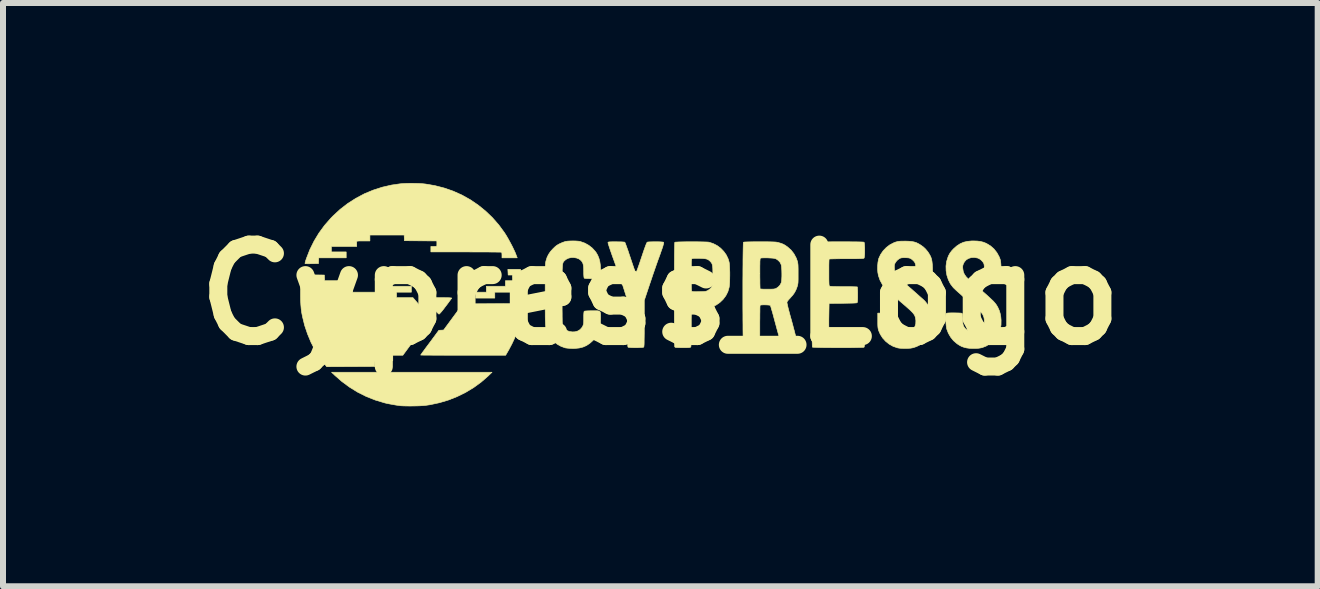
<source format=kicad_pcb>
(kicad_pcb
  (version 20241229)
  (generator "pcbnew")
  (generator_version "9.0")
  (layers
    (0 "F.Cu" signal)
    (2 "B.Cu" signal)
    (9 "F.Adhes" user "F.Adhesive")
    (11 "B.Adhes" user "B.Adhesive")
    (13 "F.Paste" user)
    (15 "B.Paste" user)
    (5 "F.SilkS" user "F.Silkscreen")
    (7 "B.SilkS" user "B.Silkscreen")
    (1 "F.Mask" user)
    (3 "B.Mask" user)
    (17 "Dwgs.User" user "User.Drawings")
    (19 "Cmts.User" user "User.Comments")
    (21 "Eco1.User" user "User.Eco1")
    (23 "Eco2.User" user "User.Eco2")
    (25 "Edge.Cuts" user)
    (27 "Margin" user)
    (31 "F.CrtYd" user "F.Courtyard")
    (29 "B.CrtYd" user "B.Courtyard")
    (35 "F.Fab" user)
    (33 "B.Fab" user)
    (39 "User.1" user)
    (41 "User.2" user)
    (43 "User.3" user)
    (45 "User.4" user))
  (footprint "Cypress_Logo"
    (layer "F.Cu")
    (at 7.954 1.861)
    (property "Reference" "Cypress_Logo" (at 0 0 0) (layer "F.SilkS") (effects (font (size 1.524 1.524) (thickness 0.3))))
    (attr through_hole)
    (fp_poly (pts (xy -2.322 -0.386) (xy -2.31 -0.319) (xy -2.299 -0.244) (xy -2.291 -0.169) (xy -2.287 -0.126) (xy -2.282 -0.042) (xy -2.759 -0.042) (xy -2.759 0.056) (xy -3.076 0.056) (xy -3.076 -0.042) (xy -2.9 -0.042) (xy -2.9 -0.141) (xy -2.582 -0.141) (xy -2.582 -0.233) (xy -2.462 -0.233) (xy -2.464 -0.28) (xy -2.466 -0.328) (xy -2.501 -0.328) (xy -2.536 -0.328) (xy -2.541 -0.423) (xy -2.331 -0.423) (xy -2.322 -0.386)) (stroke (width 0.01) (type solid)) (fill yes) (layer "F.SilkS"))
    (fp_poly (pts (xy -4.142 1.292) (xy -2.805 1.292) (xy -2.871 1.356) (xy -2.987 1.457) (xy -3.112 1.548) (xy -3.245 1.628) (xy -3.385 1.697) (xy -3.531 1.755) (xy -3.682 1.8) (xy -3.836 1.833) (xy -3.917 1.845) (xy -3.954 1.848) (xy -4.001 1.851) (xy -4.055 1.853) (xy -4.113 1.854) (xy -4.171 1.855) (xy -4.227 1.854) (xy -4.276 1.853) (xy -4.315 1.851) (xy -4.322 1.851) (xy -4.357 1.846) (xy -4.402 1.84) (xy -4.452 1.831) (xy -4.503 1.822) (xy -4.55 1.813) (xy -4.588 1.804) (xy -4.592 1.803) (xy -4.749 1.756) (xy -4.899 1.697) (xy -5.043 1.625) (xy -5.179 1.541) (xy -5.309 1.445) (xy -5.422 1.346) (xy -5.479 1.292) (xy -4.142 1.292)) (stroke (width 0.01) (type solid)) (fill yes) (layer "F.SilkS"))
    (fp_poly (pts (xy -3.635 0.049) (xy -3.583 0.05) (xy -3.543 0.05) (xy -3.513 0.051) (xy -3.493 0.053) (xy -3.481 0.054) (xy -3.476 0.057) (xy -3.476 0.058) (xy -3.483 0.066) (xy -3.496 0.084) (xy -3.515 0.109) (xy -3.538 0.141) (xy -3.565 0.177) (xy -3.58 0.196) (xy -3.615 0.243) (xy -3.644 0.279) (xy -3.667 0.305) (xy -3.682 0.32) (xy -3.688 0.324) (xy -3.696 0.319) (xy -3.712 0.304) (xy -3.734 0.282) (xy -3.76 0.253) (xy -3.791 0.219) (xy -3.814 0.193) (xy -3.845 0.156) (xy -3.873 0.123) (xy -3.897 0.095) (xy -3.915 0.074) (xy -3.926 0.06) (xy -3.929 0.056) (xy -3.923 0.054) (xy -3.903 0.053) (xy -3.873 0.051) (xy -3.831 0.05) (xy -3.781 0.05) (xy -3.723 0.049) (xy -3.7 0.049) (xy -3.635 0.049)) (stroke (width 0.01) (type solid)) (fill yes) (layer "F.SilkS"))
    (fp_poly (pts (xy -2.289 0.175) (xy -2.308 0.301) (xy -2.331 0.417) (xy -2.358 0.523) (xy -2.39 0.625) (xy -2.428 0.723) (xy -2.474 0.821) (xy -2.527 0.921) (xy -2.534 0.933) (xy -2.578 1.009) (xy -3.286 1.009) (xy -3.384 1.009) (xy -3.479 1.009) (xy -3.568 1.009) (xy -3.652 1.008) (xy -3.729 1.008) (xy -3.797 1.008) (xy -3.857 1.007) (xy -3.908 1.007) (xy -3.947 1.007) (xy -3.975 1.006) (xy -3.991 1.006) (xy -3.993 1.005) (xy -3.993 1.003) (xy -3.99 0.999) (xy -3.985 0.992) (xy -3.977 0.981) (xy -3.966 0.964) (xy -3.949 0.942) (xy -3.928 0.913) (xy -3.901 0.876) (xy -3.867 0.831) (xy -3.826 0.776) (xy -3.781 0.715) (xy -3.691 0.593) (xy -3.652 0.591) (xy -3.612 0.589) (xy -3.29 0.152) (xy -2.286 0.148) (xy -2.289 0.175)) (stroke (width 0.01) (type solid)) (fill yes) (layer "F.SilkS"))
    (fp_poly (pts (xy -5.599 -0.328) (xy -5.594 -0.233) (xy -5.263 -0.233) (xy -5.263 -0.142) (xy -5.198 -0.14) (xy -5.164 -0.138) (xy -5.142 -0.135) (xy -5.133 -0.131) (xy -5.132 -0.129) (xy -5.131 -0.117) (xy -5.131 -0.097) (xy -5.13 -0.081) (xy -5.129 -0.042) (xy -4.551 -0.042) (xy -4.551 -0.141) (xy -4.149 -0.141) (xy -4.149 -0.042) (xy -4.396 -0.042) (xy -4.396 0.049) (xy -4.123 0.049) (xy -3.979 0.216) (xy -3.944 0.257) (xy -3.911 0.295) (xy -3.883 0.328) (xy -3.861 0.355) (xy -3.845 0.375) (xy -3.837 0.386) (xy -3.836 0.388) (xy -3.841 0.395) (xy -3.853 0.412) (xy -3.872 0.438) (xy -3.897 0.473) (xy -3.927 0.514) (xy -3.962 0.562) (xy -4 0.614) (xy -4.042 0.67) (xy -4.065 0.702) (xy -4.291 1.009) (xy -4.459 1.009) (xy -4.459 1.101) (xy -4.755 1.101) (xy -4.757 1.148) (xy -4.759 1.196) (xy -5.159 1.198) (xy -5.559 1.2) (xy -5.599 1.152) (xy -5.681 1.042) (xy -5.756 0.921) (xy -5.822 0.792) (xy -5.879 0.655) (xy -5.927 0.513) (xy -5.963 0.367) (xy -5.977 0.296) (xy -5.985 0.235) (xy -5.991 0.166) (xy -5.995 0.091) (xy -5.996 0.014) (xy -5.996 -0.064) (xy -5.993 -0.138) (xy -5.988 -0.206) (xy -5.981 -0.265) (xy -5.975 -0.298) (xy -5.968 -0.332) (xy -5.599 -0.328)) (stroke (width 0.01) (type solid)) (fill yes) (layer "F.SilkS"))
    (fp_poly (pts (xy -4.085 -1.855) (xy -4.017 -1.853) (xy -3.957 -1.849) (xy -3.918 -1.845) (xy -3.758 -1.818) (xy -3.602 -1.778) (xy -3.452 -1.726) (xy -3.307 -1.661) (xy -3.169 -1.584) (xy -3.038 -1.495) (xy -2.914 -1.395) (xy -2.799 -1.285) (xy -2.693 -1.164) (xy -2.597 -1.033) (xy -2.595 -1.03) (xy -2.566 -0.984) (xy -2.534 -0.929) (xy -2.502 -0.87) (xy -2.47 -0.81) (xy -2.442 -0.752) (xy -2.418 -0.7) (xy -2.403 -0.661) (xy -2.385 -0.614) (xy -2.639 -0.614) (xy -2.639 -0.659) (xy -2.64 -0.685) (xy -2.643 -0.701) (xy -2.649 -0.708) (xy -2.65 -0.708) (xy -2.659 -0.709) (xy -2.68 -0.71) (xy -2.714 -0.71) (xy -2.758 -0.711) (xy -2.813 -0.711) (xy -2.876 -0.712) (xy -2.947 -0.712) (xy -3.024 -0.712) (xy -3.108 -0.712) (xy -3.195 -0.713) (xy -3.243 -0.713) (xy -3.824 -0.713) (xy -3.824 -0.804) (xy -3.775 -0.804) (xy -3.746 -0.805) (xy -3.729 -0.808) (xy -3.725 -0.813) (xy -3.724 -0.838) (xy -3.724 -0.867) (xy -3.724 -0.877) (xy -3.725 -0.896) (xy -3.995 -0.898) (xy -4.265 -0.9) (xy -4.267 -0.947) (xy -4.269 -0.995) (xy -4.84 -0.995) (xy -4.84 -0.896) (xy -4.949 -0.896) (xy -4.991 -0.896) (xy -5.021 -0.895) (xy -5.04 -0.894) (xy -5.052 -0.892) (xy -5.058 -0.889) (xy -5.059 -0.885) (xy -5.059 -0.884) (xy -5.06 -0.869) (xy -5.06 -0.848) (xy -5.06 -0.838) (xy -5.06 -0.804) (xy -5.482 -0.804) (xy -5.482 -0.713) (xy -5.235 -0.713) (xy -5.235 -0.614) (xy -5.693 -0.614) (xy -5.695 -0.566) (xy -5.697 -0.519) (xy -5.807 -0.517) (xy -5.845 -0.516) (xy -5.878 -0.516) (xy -5.903 -0.517) (xy -5.918 -0.518) (xy -5.921 -0.519) (xy -5.921 -0.527) (xy -5.916 -0.546) (xy -5.909 -0.572) (xy -5.898 -0.603) (xy -5.898 -0.604) (xy -5.84 -0.753) (xy -5.77 -0.894) (xy -5.689 -1.028) (xy -5.596 -1.155) (xy -5.491 -1.275) (xy -5.454 -1.313) (xy -5.335 -1.423) (xy -5.208 -1.521) (xy -5.073 -1.607) (xy -4.932 -1.682) (xy -4.785 -1.743) (xy -4.633 -1.792) (xy -4.476 -1.828) (xy -4.336 -1.848) (xy -4.284 -1.852) (xy -4.222 -1.855) (xy -4.154 -1.856) (xy -4.085 -1.855)) (stroke (width 0.01) (type solid)) (fill yes) (layer "F.SilkS"))
    (fp_poly (pts (xy -0.04 -0.882) (xy -0.005 -0.881) (xy 0.024 -0.879) (xy 0.045 -0.877) (xy 0.054 -0.874) (xy 0.056 -0.868) (xy 0.055 -0.855) (xy 0.049 -0.834) (xy 0.041 -0.804) (xy 0.028 -0.765) (xy 0.01 -0.715) (xy -0.011 -0.654) (xy -0.038 -0.581) (xy -0.039 -0.579) (xy -0.05 -0.547) (xy -0.065 -0.505) (xy -0.083 -0.453) (xy -0.103 -0.395) (xy -0.125 -0.332) (xy -0.147 -0.266) (xy -0.169 -0.201) (xy -0.174 -0.187) (xy -0.268 0.095) (xy -0.268 0.48) (xy -0.268 0.569) (xy -0.268 0.645) (xy -0.269 0.708) (xy -0.27 0.76) (xy -0.27 0.801) (xy -0.271 0.832) (xy -0.273 0.854) (xy -0.275 0.867) (xy -0.276 0.873) (xy -0.277 0.873) (xy -0.286 0.876) (xy -0.307 0.879) (xy -0.337 0.88) (xy -0.372 0.882) (xy -0.409 0.882) (xy -0.447 0.882) (xy -0.481 0.881) (xy -0.509 0.879) (xy -0.529 0.877) (xy -0.536 0.875) (xy -0.539 0.872) (xy -0.541 0.866) (xy -0.542 0.855) (xy -0.544 0.839) (xy -0.545 0.816) (xy -0.546 0.785) (xy -0.546 0.745) (xy -0.547 0.696) (xy -0.548 0.636) (xy -0.548 0.564) (xy -0.548 0.479) (xy -0.549 0.477) (xy -0.55 0.085) (xy -0.592 -0.047) (xy -0.608 -0.098) (xy -0.623 -0.144) (xy -0.637 -0.186) (xy -0.651 -0.227) (xy -0.665 -0.269) (xy -0.68 -0.314) (xy -0.698 -0.363) (xy -0.718 -0.419) (xy -0.741 -0.483) (xy -0.768 -0.558) (xy -0.781 -0.594) (xy -0.802 -0.652) (xy -0.821 -0.707) (xy -0.838 -0.756) (xy -0.852 -0.798) (xy -0.863 -0.832) (xy -0.87 -0.856) (xy -0.873 -0.869) (xy -0.873 -0.871) (xy -0.869 -0.875) (xy -0.862 -0.878) (xy -0.849 -0.88) (xy -0.828 -0.881) (xy -0.797 -0.882) (xy -0.755 -0.882) (xy -0.736 -0.882) (xy -0.693 -0.881) (xy -0.656 -0.881) (xy -0.625 -0.879) (xy -0.603 -0.877) (xy -0.593 -0.875) (xy -0.588 -0.867) (xy -0.58 -0.847) (xy -0.569 -0.817) (xy -0.555 -0.778) (xy -0.538 -0.731) (xy -0.521 -0.679) (xy -0.502 -0.623) (xy -0.501 -0.62) (xy -0.476 -0.545) (xy -0.455 -0.483) (xy -0.438 -0.434) (xy -0.424 -0.399) (xy -0.415 -0.377) (xy -0.409 -0.369) (xy -0.409 -0.369) (xy -0.405 -0.372) (xy -0.399 -0.382) (xy -0.39 -0.402) (xy -0.379 -0.431) (xy -0.365 -0.471) (xy -0.347 -0.521) (xy -0.326 -0.585) (xy -0.315 -0.617) (xy -0.291 -0.689) (xy -0.271 -0.748) (xy -0.254 -0.795) (xy -0.241 -0.83) (xy -0.23 -0.855) (xy -0.223 -0.87) (xy -0.219 -0.875) (xy -0.207 -0.878) (xy -0.184 -0.88) (xy -0.153 -0.881) (xy -0.117 -0.882) (xy -0.079 -0.882) (xy -0.04 -0.882)) (stroke (width 0.01) (type solid)) (fill yes) (layer "F.SilkS"))
    (fp_poly (pts (xy 0.606 -0.882) (xy 0.659 -0.881) (xy 0.706 -0.88) (xy 0.747 -0.879) (xy 0.78 -0.878) (xy 0.803 -0.876) (xy 0.811 -0.875) (xy 0.881 -0.852) (xy 0.947 -0.818) (xy 1.006 -0.774) (xy 1.057 -0.721) (xy 1.099 -0.662) (xy 1.13 -0.597) (xy 1.146 -0.543) (xy 1.15 -0.515) (xy 1.153 -0.475) (xy 1.155 -0.427) (xy 1.157 -0.374) (xy 1.157 -0.318) (xy 1.156 -0.264) (xy 1.155 -0.213) (xy 1.152 -0.169) (xy 1.148 -0.134) (xy 1.146 -0.122) (xy 1.125 -0.05) (xy 1.091 0.017) (xy 1.046 0.077) (xy 0.992 0.129) (xy 0.93 0.172) (xy 0.861 0.203) (xy 0.822 0.215) (xy 0.797 0.22) (xy 0.762 0.223) (xy 0.718 0.225) (xy 0.661 0.226) (xy 0.656 0.226) (xy 0.605 0.226) (xy 0.567 0.227) (xy 0.541 0.229) (xy 0.527 0.232) (xy 0.524 0.234) (xy 0.521 0.24) (xy 0.52 0.254) (xy 0.518 0.277) (xy 0.517 0.309) (xy 0.516 0.352) (xy 0.515 0.406) (xy 0.515 0.472) (xy 0.515 0.549) (xy 0.515 0.632) (xy 0.514 0.703) (xy 0.514 0.762) (xy 0.512 0.809) (xy 0.511 0.842) (xy 0.509 0.863) (xy 0.508 0.868) (xy 0.504 0.873) (xy 0.498 0.877) (xy 0.488 0.879) (xy 0.472 0.881) (xy 0.447 0.882) (xy 0.411 0.882) (xy 0.374 0.882) (xy 0.329 0.882) (xy 0.295 0.881) (xy 0.272 0.88) (xy 0.257 0.879) (xy 0.248 0.876) (xy 0.243 0.872) (xy 0.24 0.868) (xy 0.239 0.859) (xy 0.238 0.837) (xy 0.237 0.803) (xy 0.236 0.758) (xy 0.235 0.703) (xy 0.234 0.639) (xy 0.234 0.568) (xy 0.233 0.49) (xy 0.233 0.406) (xy 0.233 0.318) (xy 0.232 0.226) (xy 0.232 0.132) (xy 0.232 0.036) (xy 0.232 -0.06) (xy 0.233 -0.156) (xy 0.233 -0.25) (xy 0.233 -0.329) (xy 0.515 -0.329) (xy 0.515 -0.257) (xy 0.516 -0.198) (xy 0.516 -0.15) (xy 0.517 -0.114) (xy 0.518 -0.088) (xy 0.52 -0.07) (xy 0.522 -0.06) (xy 0.524 -0.057) (xy 0.531 -0.054) (xy 0.547 -0.051) (xy 0.572 -0.05) (xy 0.608 -0.05) (xy 0.646 -0.051) (xy 0.689 -0.052) (xy 0.722 -0.053) (xy 0.745 -0.055) (xy 0.762 -0.058) (xy 0.775 -0.063) (xy 0.787 -0.068) (xy 0.809 -0.083) (xy 0.83 -0.1) (xy 0.834 -0.103) (xy 0.847 -0.118) (xy 0.856 -0.132) (xy 0.864 -0.149) (xy 0.869 -0.17) (xy 0.872 -0.197) (xy 0.874 -0.232) (xy 0.875 -0.278) (xy 0.875 -0.328) (xy 0.875 -0.384) (xy 0.874 -0.429) (xy 0.872 -0.463) (xy 0.868 -0.489) (xy 0.863 -0.509) (xy 0.855 -0.526) (xy 0.845 -0.54) (xy 0.834 -0.553) (xy 0.816 -0.57) (xy 0.797 -0.583) (xy 0.776 -0.593) (xy 0.75 -0.599) (xy 0.716 -0.603) (xy 0.672 -0.605) (xy 0.647 -0.606) (xy 0.6 -0.606) (xy 0.565 -0.606) (xy 0.541 -0.604) (xy 0.528 -0.601) (xy 0.525 -0.599) (xy 0.523 -0.595) (xy 0.52 -0.587) (xy 0.519 -0.574) (xy 0.517 -0.554) (xy 0.516 -0.525) (xy 0.516 -0.488) (xy 0.515 -0.44) (xy 0.515 -0.38) (xy 0.515 -0.329) (xy 0.233 -0.329) (xy 0.233 -0.341) (xy 0.234 -0.429) (xy 0.234 -0.511) (xy 0.235 -0.588) (xy 0.235 -0.658) (xy 0.236 -0.72) (xy 0.237 -0.773) (xy 0.238 -0.816) (xy 0.239 -0.848) (xy 0.24 -0.867) (xy 0.241 -0.873) (xy 0.25 -0.876) (xy 0.271 -0.877) (xy 0.303 -0.879) (xy 0.343 -0.88) (xy 0.39 -0.881) (xy 0.441 -0.882) (xy 0.496 -0.882) (xy 0.552 -0.882) (xy 0.606 -0.882)) (stroke (width 0.01) (type solid)) (fill yes) (layer "F.SilkS"))
    (fp_poly (pts (xy 3.073 -0.882) (xy 3.138 -0.882) (xy 3.198 -0.881) (xy 3.253 -0.881) (xy 3.301 -0.88) (xy 3.341 -0.879) (xy 3.37 -0.878) (xy 3.389 -0.876) (xy 3.394 -0.875) (xy 3.398 -0.866) (xy 3.401 -0.845) (xy 3.403 -0.816) (xy 3.405 -0.781) (xy 3.405 -0.743) (xy 3.405 -0.705) (xy 3.404 -0.671) (xy 3.401 -0.641) (xy 3.398 -0.62) (xy 3.395 -0.611) (xy 3.391 -0.608) (xy 3.385 -0.606) (xy 3.375 -0.604) (xy 3.36 -0.603) (xy 3.338 -0.602) (xy 3.308 -0.601) (xy 3.27 -0.6) (xy 3.22 -0.6) (xy 3.159 -0.6) (xy 3.1 -0.6) (xy 3.024 -0.6) (xy 2.958 -0.599) (xy 2.904 -0.598) (xy 2.861 -0.597) (xy 2.832 -0.596) (xy 2.815 -0.594) (xy 2.812 -0.593) (xy 2.811 -0.584) (xy 2.81 -0.563) (xy 2.809 -0.532) (xy 2.808 -0.492) (xy 2.808 -0.444) (xy 2.808 -0.392) (xy 2.808 -0.369) (xy 2.808 -0.307) (xy 2.808 -0.258) (xy 2.809 -0.22) (xy 2.81 -0.191) (xy 2.811 -0.171) (xy 2.813 -0.157) (xy 2.815 -0.149) (xy 2.818 -0.144) (xy 2.82 -0.143) (xy 2.828 -0.141) (xy 2.845 -0.139) (xy 2.872 -0.137) (xy 2.911 -0.136) (xy 2.961 -0.135) (xy 3.024 -0.134) (xy 3.053 -0.134) (xy 3.108 -0.134) (xy 3.158 -0.134) (xy 3.202 -0.133) (xy 3.238 -0.132) (xy 3.265 -0.131) (xy 3.279 -0.13) (xy 3.282 -0.13) (xy 3.284 -0.122) (xy 3.285 -0.102) (xy 3.287 -0.073) (xy 3.288 -0.037) (xy 3.288 -0.000447) (xy 3.288 0.048) (xy 3.287 0.083) (xy 3.285 0.108) (xy 3.283 0.124) (xy 3.279 0.132) (xy 3.278 0.133) (xy 3.269 0.136) (xy 3.246 0.138) (xy 3.209 0.14) (xy 3.159 0.141) (xy 3.095 0.142) (xy 3.04 0.143) (xy 2.812 0.145) (xy 2.808 0.362) (xy 2.807 0.416) (xy 2.807 0.467) (xy 2.807 0.51) (xy 2.808 0.546) (xy 2.808 0.573) (xy 2.81 0.587) (xy 2.81 0.59) (xy 2.814 0.592) (xy 2.821 0.594) (xy 2.834 0.596) (xy 2.854 0.597) (xy 2.882 0.598) (xy 2.919 0.599) (xy 2.966 0.599) (xy 3.025 0.6) (xy 3.097 0.6) (xy 3.1 0.6) (xy 3.172 0.6) (xy 3.23 0.6) (xy 3.278 0.6) (xy 3.314 0.601) (xy 3.343 0.602) (xy 3.363 0.603) (xy 3.377 0.604) (xy 3.386 0.606) (xy 3.392 0.609) (xy 3.395 0.611) (xy 3.399 0.623) (xy 3.402 0.646) (xy 3.404 0.676) (xy 3.405 0.712) (xy 3.405 0.75) (xy 3.405 0.787) (xy 3.403 0.821) (xy 3.401 0.849) (xy 3.397 0.868) (xy 3.394 0.875) (xy 3.384 0.877) (xy 3.362 0.878) (xy 3.329 0.879) (xy 3.287 0.88) (xy 3.237 0.881) (xy 3.18 0.882) (xy 3.118 0.882) (xy 3.052 0.882) (xy 2.985 0.882) (xy 2.917 0.882) (xy 2.851 0.882) (xy 2.786 0.881) (xy 2.726 0.881) (xy 2.672 0.88) (xy 2.624 0.879) (xy 2.585 0.877) (xy 2.556 0.876) (xy 2.539 0.875) (xy 2.534 0.873) (xy 2.533 0.865) (xy 2.532 0.844) (xy 2.531 0.811) (xy 2.53 0.766) (xy 2.529 0.712) (xy 2.528 0.649) (xy 2.527 0.578) (xy 2.527 0.5) (xy 2.526 0.417) (xy 2.526 0.329) (xy 2.525 0.237) (xy 2.525 0.143) (xy 2.525 0.047) (xy 2.525 -0.05) (xy 2.525 -0.146) (xy 2.525 -0.24) (xy 2.526 -0.332) (xy 2.526 -0.42) (xy 2.527 -0.503) (xy 2.527 -0.581) (xy 2.528 -0.651) (xy 2.529 -0.714) (xy 2.53 -0.768) (xy 2.531 -0.812) (xy 2.532 -0.845) (xy 2.533 -0.866) (xy 2.534 -0.873) (xy 2.543 -0.875) (xy 2.564 -0.877) (xy 2.596 -0.878) (xy 2.638 -0.879) (xy 2.688 -0.88) (xy 2.744 -0.881) (xy 2.806 -0.881) (xy 2.871 -0.882) (xy 2.938 -0.882) (xy 3.006 -0.882) (xy 3.073 -0.882)) (stroke (width 0.01) (type solid)) (fill yes) (layer "F.SilkS"))
    (fp_poly (pts (xy -1.41 -0.895) (xy -1.368 -0.892) (xy -1.335 -0.887) (xy -1.33 -0.885) (xy -1.259 -0.86) (xy -1.193 -0.823) (xy -1.133 -0.776) (xy -1.083 -0.72) (xy -1.071 -0.704) (xy -1.044 -0.658) (xy -1.024 -0.609) (xy -1.009 -0.555) (xy -1 -0.493) (xy -0.995 -0.42) (xy -0.995 -0.377) (xy -0.995 -0.339) (xy -0.996 -0.312) (xy -0.999 -0.294) (xy -1.003 -0.283) (xy -1.006 -0.279) (xy -1.012 -0.275) (xy -1.023 -0.272) (xy -1.04 -0.27) (xy -1.065 -0.269) (xy -1.101 -0.268) (xy -1.139 -0.268) (xy -1.189 -0.269) (xy -1.227 -0.27) (xy -1.252 -0.272) (xy -1.266 -0.275) (xy -1.269 -0.277) (xy -1.272 -0.287) (xy -1.275 -0.31) (xy -1.277 -0.346) (xy -1.277 -0.388) (xy -1.278 -0.439) (xy -1.281 -0.479) (xy -1.287 -0.51) (xy -1.296 -0.535) (xy -1.31 -0.556) (xy -1.322 -0.57) (xy -1.354 -0.595) (xy -1.394 -0.611) (xy -1.438 -0.619) (xy -1.484 -0.619) (xy -1.528 -0.61) (xy -1.566 -0.592) (xy -1.582 -0.58) (xy -1.592 -0.571) (xy -1.601 -0.563) (xy -1.609 -0.555) (xy -1.615 -0.546) (xy -1.621 -0.536) (xy -1.625 -0.522) (xy -1.629 -0.505) (xy -1.631 -0.482) (xy -1.633 -0.454) (xy -1.635 -0.418) (xy -1.636 -0.375) (xy -1.637 -0.322) (xy -1.637 -0.26) (xy -1.637 -0.186) (xy -1.637 -0.1) (xy -1.637 -0.001) (xy -1.637 0.000069) (xy -1.637 0.097) (xy -1.637 0.181) (xy -1.637 0.253) (xy -1.636 0.314) (xy -1.636 0.365) (xy -1.635 0.407) (xy -1.635 0.44) (xy -1.634 0.466) (xy -1.632 0.486) (xy -1.631 0.501) (xy -1.629 0.512) (xy -1.627 0.519) (xy -1.625 0.524) (xy -1.598 0.565) (xy -1.561 0.594) (xy -1.517 0.613) (xy -1.465 0.62) (xy -1.422 0.618) (xy -1.376 0.605) (xy -1.337 0.581) (xy -1.306 0.546) (xy -1.296 0.53) (xy -1.289 0.514) (xy -1.284 0.5) (xy -1.28 0.484) (xy -1.278 0.465) (xy -1.277 0.438) (xy -1.277 0.4) (xy -1.277 0.388) (xy -1.277 0.341) (xy -1.275 0.307) (xy -1.272 0.285) (xy -1.269 0.277) (xy -1.26 0.273) (xy -1.24 0.271) (xy -1.208 0.269) (xy -1.164 0.268) (xy -1.134 0.268) (xy -1.087 0.268) (xy -1.052 0.268) (xy -1.028 0.271) (xy -1.012 0.277) (xy -1.002 0.289) (xy -0.998 0.307) (xy -0.996 0.334) (xy -0.996 0.37) (xy -0.996 0.384) (xy -0.998 0.47) (xy -1.008 0.546) (xy -1.026 0.613) (xy -1.054 0.672) (xy -1.091 0.727) (xy -1.124 0.764) (xy -1.177 0.811) (xy -1.231 0.847) (xy -1.288 0.872) (xy -1.351 0.888) (xy -1.422 0.895) (xy -1.46 0.896) (xy -1.505 0.894) (xy -1.546 0.891) (xy -1.577 0.887) (xy -1.587 0.885) (xy -1.654 0.861) (xy -1.717 0.826) (xy -1.775 0.781) (xy -1.824 0.73) (xy -1.863 0.673) (xy -1.872 0.656) (xy -1.881 0.639) (xy -1.888 0.623) (xy -1.894 0.607) (xy -1.9 0.59) (xy -1.904 0.572) (xy -1.908 0.55) (xy -1.911 0.525) (xy -1.914 0.495) (xy -1.915 0.458) (xy -1.917 0.415) (xy -1.918 0.363) (xy -1.918 0.301) (xy -1.919 0.23) (xy -1.919 0.147) (xy -1.919 0.051) (xy -1.919 -0.004) (xy -1.919 -0.101) (xy -1.919 -0.186) (xy -1.919 -0.258) (xy -1.919 -0.319) (xy -1.918 -0.371) (xy -1.918 -0.414) (xy -1.917 -0.449) (xy -1.916 -0.477) (xy -1.915 -0.5) (xy -1.914 -0.518) (xy -1.912 -0.533) (xy -1.91 -0.546) (xy -1.908 -0.557) (xy -1.905 -0.567) (xy -1.887 -0.624) (xy -1.862 -0.674) (xy -1.829 -0.722) (xy -1.789 -0.766) (xy -1.758 -0.796) (xy -1.732 -0.818) (xy -1.705 -0.835) (xy -1.673 -0.852) (xy -1.672 -0.852) (xy -1.641 -0.866) (xy -1.609 -0.878) (xy -1.582 -0.887) (xy -1.575 -0.888) (xy -1.542 -0.893) (xy -1.501 -0.895) (xy -1.455 -0.896) (xy -1.41 -0.895)) (stroke (width 0.01) (type solid)) (fill yes) (layer "F.SilkS"))
    (fp_poly (pts (xy 4.138 -0.891) (xy 4.187 -0.887) (xy 4.229 -0.879) (xy 4.267 -0.867) (xy 4.303 -0.849) (xy 4.341 -0.826) (xy 4.386 -0.793) (xy 4.422 -0.758) (xy 4.456 -0.717) (xy 4.474 -0.69) (xy 4.494 -0.656) (xy 4.509 -0.624) (xy 4.52 -0.59) (xy 4.527 -0.552) (xy 4.532 -0.506) (xy 4.535 -0.449) (xy 4.535 -0.436) (xy 4.536 -0.387) (xy 4.536 -0.352) (xy 4.535 -0.327) (xy 4.532 -0.312) (xy 4.53 -0.307) (xy 4.519 -0.303) (xy 4.498 -0.3) (xy 4.469 -0.297) (xy 4.433 -0.296) (xy 4.396 -0.295) (xy 4.359 -0.296) (xy 4.324 -0.297) (xy 4.296 -0.299) (xy 4.277 -0.302) (xy 4.27 -0.305) (xy 4.267 -0.315) (xy 4.265 -0.336) (xy 4.262 -0.366) (xy 4.26 -0.401) (xy 4.26 -0.409) (xy 4.258 -0.454) (xy 4.255 -0.488) (xy 4.25 -0.513) (xy 4.242 -0.534) (xy 4.23 -0.552) (xy 4.213 -0.57) (xy 4.212 -0.571) (xy 4.189 -0.591) (xy 4.167 -0.605) (xy 4.142 -0.613) (xy 4.111 -0.616) (xy 4.078 -0.617) (xy 4.045 -0.617) (xy 4.023 -0.615) (xy 4.006 -0.612) (xy 3.991 -0.605) (xy 3.975 -0.596) (xy 3.942 -0.569) (xy 3.92 -0.54) (xy 3.909 -0.521) (xy 3.902 -0.504) (xy 3.899 -0.485) (xy 3.899 -0.457) (xy 3.899 -0.449) (xy 3.904 -0.392) (xy 3.92 -0.344) (xy 3.945 -0.306) (xy 3.946 -0.304) (xy 3.955 -0.296) (xy 3.973 -0.28) (xy 3.999 -0.256) (xy 4.032 -0.227) (xy 4.071 -0.193) (xy 4.114 -0.155) (xy 4.16 -0.115) (xy 4.17 -0.107) (xy 4.217 -0.065) (xy 4.263 -0.025) (xy 4.304 0.012) (xy 4.341 0.045) (xy 4.372 0.072) (xy 4.395 0.093) (xy 4.409 0.107) (xy 4.41 0.108) (xy 4.457 0.167) (xy 4.494 0.233) (xy 4.518 0.307) (xy 4.532 0.388) (xy 4.535 0.427) (xy 4.534 0.5) (xy 4.526 0.564) (xy 4.509 0.62) (xy 4.483 0.673) (xy 4.445 0.724) (xy 4.406 0.766) (xy 4.359 0.809) (xy 4.314 0.842) (xy 4.267 0.865) (xy 4.216 0.882) (xy 4.203 0.885) (xy 4.171 0.891) (xy 4.129 0.894) (xy 4.082 0.895) (xy 4.035 0.894) (xy 3.992 0.892) (xy 3.958 0.887) (xy 3.951 0.885) (xy 3.88 0.861) (xy 3.814 0.824) (xy 3.755 0.777) (xy 3.704 0.721) (xy 3.664 0.658) (xy 3.639 0.601) (xy 3.633 0.582) (xy 3.629 0.564) (xy 3.626 0.544) (xy 3.624 0.519) (xy 3.623 0.487) (xy 3.623 0.444) (xy 3.623 0.43) (xy 3.623 0.307) (xy 3.753 0.305) (xy 3.802 0.305) (xy 3.838 0.305) (xy 3.864 0.306) (xy 3.88 0.308) (xy 3.888 0.311) (xy 3.889 0.312) (xy 3.891 0.322) (xy 3.893 0.344) (xy 3.894 0.372) (xy 3.895 0.4) (xy 3.896 0.448) (xy 3.901 0.487) (xy 3.909 0.517) (xy 3.923 0.543) (xy 3.943 0.567) (xy 3.946 0.57) (xy 3.982 0.598) (xy 4.024 0.614) (xy 4.074 0.62) (xy 4.1 0.619) (xy 4.14 0.613) (xy 4.171 0.602) (xy 4.199 0.583) (xy 4.216 0.567) (xy 4.242 0.53) (xy 4.256 0.486) (xy 4.258 0.435) (xy 4.256 0.414) (xy 4.252 0.392) (xy 4.248 0.373) (xy 4.242 0.356) (xy 4.234 0.338) (xy 4.222 0.321) (xy 4.206 0.301) (xy 4.184 0.278) (xy 4.156 0.251) (xy 4.12 0.219) (xy 4.076 0.18) (xy 4.022 0.134) (xy 4 0.115) (xy 3.951 0.073) (xy 3.904 0.031) (xy 3.86 -0.007) (xy 3.821 -0.043) (xy 3.787 -0.073) (xy 3.762 -0.097) (xy 3.745 -0.113) (xy 3.743 -0.115) (xy 3.698 -0.173) (xy 3.661 -0.241) (xy 3.635 -0.315) (xy 3.633 -0.324) (xy 3.624 -0.372) (xy 3.62 -0.427) (xy 3.621 -0.484) (xy 3.626 -0.539) (xy 3.635 -0.586) (xy 3.64 -0.605) (xy 3.671 -0.671) (xy 3.713 -0.732) (xy 3.765 -0.786) (xy 3.824 -0.831) (xy 3.889 -0.865) (xy 3.917 -0.876) (xy 3.939 -0.882) (xy 3.959 -0.887) (xy 3.982 -0.89) (xy 4.009 -0.892) (xy 4.045 -0.892) (xy 4.078 -0.893) (xy 4.138 -0.891)) (stroke (width 0.01) (type solid)) (fill yes) (layer "F.SilkS"))
    (fp_poly (pts (xy 5.281 -0.894) (xy 5.335 -0.887) (xy 5.383 -0.875) (xy 5.428 -0.857) (xy 5.436 -0.853) (xy 5.502 -0.813) (xy 5.56 -0.762) (xy 5.608 -0.701) (xy 5.646 -0.632) (xy 5.663 -0.588) (xy 5.668 -0.568) (xy 5.672 -0.538) (xy 5.675 -0.503) (xy 5.677 -0.463) (xy 5.679 -0.423) (xy 5.679 -0.385) (xy 5.679 -0.351) (xy 5.677 -0.325) (xy 5.674 -0.309) (xy 5.673 -0.307) (xy 5.662 -0.303) (xy 5.641 -0.3) (xy 5.612 -0.298) (xy 5.577 -0.296) (xy 5.539 -0.295) (xy 5.502 -0.296) (xy 5.467 -0.297) (xy 5.439 -0.299) (xy 5.42 -0.302) (xy 5.413 -0.305) (xy 5.41 -0.315) (xy 5.408 -0.336) (xy 5.405 -0.366) (xy 5.403 -0.4) (xy 5.403 -0.406) (xy 5.401 -0.442) (xy 5.398 -0.475) (xy 5.395 -0.502) (xy 5.391 -0.518) (xy 5.391 -0.519) (xy 5.374 -0.547) (xy 5.348 -0.575) (xy 5.317 -0.598) (xy 5.289 -0.611) (xy 5.235 -0.621) (xy 5.185 -0.619) (xy 5.139 -0.606) (xy 5.099 -0.583) (xy 5.068 -0.549) (xy 5.054 -0.524) (xy 5.044 -0.5) (xy 5.039 -0.48) (xy 5.038 -0.457) (xy 5.04 -0.434) (xy 5.048 -0.384) (xy 5.066 -0.341) (xy 5.095 -0.3) (xy 5.116 -0.278) (xy 5.131 -0.265) (xy 5.154 -0.244) (xy 5.185 -0.216) (xy 5.222 -0.183) (xy 5.264 -0.147) (xy 5.308 -0.109) (xy 5.339 -0.082) (xy 5.399 -0.03) (xy 5.449 0.014) (xy 5.49 0.052) (xy 5.524 0.084) (xy 5.552 0.111) (xy 5.573 0.135) (xy 5.591 0.157) (xy 5.605 0.178) (xy 5.617 0.198) (xy 5.625 0.213) (xy 5.648 0.264) (xy 5.663 0.314) (xy 5.673 0.367) (xy 5.678 0.424) (xy 5.677 0.504) (xy 5.665 0.575) (xy 5.641 0.641) (xy 5.605 0.702) (xy 5.556 0.76) (xy 5.55 0.766) (xy 5.491 0.817) (xy 5.431 0.855) (xy 5.367 0.88) (xy 5.347 0.885) (xy 5.306 0.892) (xy 5.257 0.895) (xy 5.203 0.895) (xy 5.15 0.893) (xy 5.104 0.887) (xy 5.082 0.882) (xy 5.047 0.872) (xy 5.018 0.861) (xy 4.99 0.846) (xy 4.958 0.826) (xy 4.941 0.814) (xy 4.885 0.766) (xy 4.838 0.708) (xy 4.8 0.643) (xy 4.773 0.573) (xy 4.772 0.57) (xy 4.768 0.546) (xy 4.763 0.514) (xy 4.76 0.477) (xy 4.758 0.438) (xy 4.757 0.399) (xy 4.757 0.365) (xy 4.758 0.338) (xy 4.761 0.321) (xy 4.762 0.319) (xy 4.765 0.313) (xy 4.77 0.309) (xy 4.779 0.307) (xy 4.793 0.305) (xy 4.815 0.304) (xy 4.847 0.303) (xy 4.891 0.303) (xy 4.895 0.303) (xy 4.947 0.304) (xy 4.985 0.305) (xy 5.011 0.307) (xy 5.026 0.31) (xy 5.029 0.312) (xy 5.034 0.324) (xy 5.036 0.35) (xy 5.038 0.39) (xy 5.038 0.405) (xy 5.039 0.453) (xy 5.043 0.489) (xy 5.05 0.517) (xy 5.063 0.541) (xy 5.08 0.563) (xy 5.091 0.574) (xy 5.126 0.599) (xy 5.167 0.614) (xy 5.212 0.621) (xy 5.258 0.618) (xy 5.301 0.606) (xy 5.337 0.585) (xy 5.349 0.573) (xy 5.374 0.544) (xy 5.39 0.516) (xy 5.397 0.484) (xy 5.399 0.444) (xy 5.399 0.443) (xy 5.397 0.407) (xy 5.392 0.379) (xy 5.381 0.35) (xy 5.379 0.345) (xy 5.374 0.334) (xy 5.368 0.323) (xy 5.36 0.312) (xy 5.35 0.3) (xy 5.335 0.285) (xy 5.316 0.267) (xy 5.291 0.244) (xy 5.259 0.216) (xy 5.219 0.181) (xy 5.17 0.138) (xy 5.139 0.112) (xy 5.09 0.069) (xy 5.042 0.028) (xy 4.998 -0.012) (xy 4.958 -0.047) (xy 4.925 -0.077) (xy 4.899 -0.102) (xy 4.882 -0.118) (xy 4.879 -0.122) (xy 4.833 -0.182) (xy 4.799 -0.25) (xy 4.775 -0.323) (xy 4.762 -0.399) (xy 4.76 -0.477) (xy 4.77 -0.553) (xy 4.793 -0.626) (xy 4.805 -0.655) (xy 4.827 -0.694) (xy 4.853 -0.729) (xy 4.885 -0.764) (xy 4.939 -0.812) (xy 4.994 -0.848) (xy 5.052 -0.874) (xy 5.117 -0.889) (xy 5.19 -0.896) (xy 5.217 -0.896) (xy 5.281 -0.894)) (stroke (width 0.01) (type solid)) (fill yes) (layer "F.SilkS"))
    (fp_poly (pts (xy 1.724 -0.882) (xy 1.781 -0.882) (xy 1.826 -0.881) (xy 1.863 -0.88) (xy 1.892 -0.879) (xy 1.915 -0.878) (xy 1.934 -0.876) (xy 1.95 -0.873) (xy 1.965 -0.87) (xy 1.97 -0.868) (xy 2.011 -0.856) (xy 2.045 -0.843) (xy 2.078 -0.825) (xy 2.114 -0.8) (xy 2.123 -0.793) (xy 2.18 -0.742) (xy 2.227 -0.681) (xy 2.264 -0.612) (xy 2.284 -0.557) (xy 2.288 -0.539) (xy 2.291 -0.52) (xy 2.294 -0.496) (xy 2.295 -0.467) (xy 2.296 -0.428) (xy 2.296 -0.379) (xy 2.296 -0.349) (xy 2.296 -0.296) (xy 2.296 -0.255) (xy 2.295 -0.223) (xy 2.294 -0.199) (xy 2.291 -0.179) (xy 2.288 -0.162) (xy 2.283 -0.145) (xy 2.28 -0.134) (xy 2.261 -0.083) (xy 2.238 -0.038) (xy 2.208 0.005) (xy 2.168 0.05) (xy 2.165 0.054) (xy 2.138 0.083) (xy 2.119 0.107) (xy 2.11 0.123) (xy 2.11 0.126) (xy 2.111 0.14) (xy 2.117 0.165) (xy 2.124 0.199) (xy 2.134 0.24) (xy 2.146 0.284) (xy 2.158 0.33) (xy 2.171 0.376) (xy 2.174 0.388) (xy 2.182 0.415) (xy 2.192 0.452) (xy 2.205 0.499) (xy 2.218 0.55) (xy 2.233 0.605) (xy 2.247 0.661) (xy 2.248 0.663) (xy 2.264 0.725) (xy 2.276 0.775) (xy 2.285 0.814) (xy 2.29 0.842) (xy 2.293 0.861) (xy 2.293 0.871) (xy 2.292 0.873) (xy 2.285 0.876) (xy 2.27 0.879) (xy 2.246 0.881) (xy 2.211 0.882) (xy 2.164 0.882) (xy 2.163 0.882) (xy 2.118 0.882) (xy 2.085 0.881) (xy 2.062 0.88) (xy 2.047 0.878) (xy 2.038 0.875) (xy 2.032 0.871) (xy 2.031 0.87) (xy 2.027 0.86) (xy 2.02 0.839) (xy 2.01 0.807) (xy 1.998 0.765) (xy 1.983 0.715) (xy 1.967 0.658) (xy 1.95 0.596) (xy 1.932 0.53) (xy 1.93 0.522) (xy 1.912 0.456) (xy 1.895 0.393) (xy 1.88 0.336) (xy 1.866 0.286) (xy 1.853 0.243) (xy 1.844 0.211) (xy 1.837 0.189) (xy 1.833 0.179) (xy 1.833 0.178) (xy 1.823 0.175) (xy 1.803 0.172) (xy 1.776 0.17) (xy 1.746 0.169) (xy 1.716 0.169) (xy 1.69 0.17) (xy 1.67 0.173) (xy 1.662 0.176) (xy 1.661 0.184) (xy 1.66 0.205) (xy 1.659 0.238) (xy 1.659 0.28) (xy 1.658 0.33) (xy 1.658 0.388) (xy 1.657 0.451) (xy 1.657 0.513) (xy 1.657 0.581) (xy 1.657 0.644) (xy 1.656 0.702) (xy 1.655 0.754) (xy 1.655 0.797) (xy 1.654 0.83) (xy 1.653 0.852) (xy 1.652 0.861) (xy 1.647 0.878) (xy 1.52 0.88) (xy 1.47 0.881) (xy 1.433 0.88) (xy 1.407 0.879) (xy 1.391 0.877) (xy 1.384 0.874) (xy 1.383 0.865) (xy 1.382 0.844) (xy 1.381 0.811) (xy 1.38 0.766) (xy 1.379 0.712) (xy 1.378 0.649) (xy 1.377 0.578) (xy 1.377 0.5) (xy 1.376 0.417) (xy 1.376 0.329) (xy 1.375 0.237) (xy 1.375 0.142) (xy 1.375 0.047) (xy 1.375 -0.05) (xy 1.375 -0.146) (xy 1.375 -0.24) (xy 1.376 -0.332) (xy 1.376 -0.359) (xy 1.658 -0.359) (xy 1.658 -0.353) (xy 1.658 -0.295) (xy 1.659 -0.241) (xy 1.659 -0.193) (xy 1.66 -0.154) (xy 1.661 -0.123) (xy 1.662 -0.103) (xy 1.663 -0.096) (xy 1.671 -0.095) (xy 1.691 -0.094) (xy 1.72 -0.092) (xy 1.756 -0.092) (xy 1.784 -0.092) (xy 1.828 -0.092) (xy 1.861 -0.093) (xy 1.885 -0.094) (xy 1.903 -0.097) (xy 1.917 -0.1) (xy 1.93 -0.106) (xy 1.931 -0.106) (xy 1.964 -0.129) (xy 1.993 -0.159) (xy 2.012 -0.194) (xy 2.017 -0.208) (xy 2.021 -0.232) (xy 2.023 -0.266) (xy 2.025 -0.307) (xy 2.025 -0.351) (xy 2.024 -0.396) (xy 2.022 -0.437) (xy 2.019 -0.472) (xy 2.015 -0.496) (xy 2.014 -0.499) (xy 1.996 -0.538) (xy 1.966 -0.571) (xy 1.93 -0.596) (xy 1.91 -0.603) (xy 1.891 -0.607) (xy 1.862 -0.61) (xy 1.827 -0.612) (xy 1.789 -0.614) (xy 1.751 -0.614) (xy 1.716 -0.614) (xy 1.689 -0.613) (xy 1.671 -0.61) (xy 1.669 -0.61) (xy 1.666 -0.607) (xy 1.664 -0.602) (xy 1.662 -0.591) (xy 1.661 -0.575) (xy 1.659 -0.552) (xy 1.659 -0.52) (xy 1.658 -0.478) (xy 1.658 -0.425) (xy 1.658 -0.359) (xy 1.376 -0.359) (xy 1.376 -0.42) (xy 1.377 -0.503) (xy 1.377 -0.581) (xy 1.378 -0.651) (xy 1.379 -0.714) (xy 1.38 -0.768) (xy 1.381 -0.812) (xy 1.382 -0.845) (xy 1.383 -0.866) (xy 1.384 -0.873) (xy 1.391 -0.876) (xy 1.405 -0.878) (xy 1.429 -0.879) (xy 1.462 -0.88) (xy 1.507 -0.881) (xy 1.564 -0.882) (xy 1.633 -0.882) (xy 1.655 -0.882) (xy 1.724 -0.882)) (stroke (width 0.01) (type solid)) (fill yes) (layer "F.SilkS")))
  (gr_rect
    (start -3 -3)
    (end 18.908 6.72)
    (stroke (width 0.1) (type default))
    (fill no)
    (layer "Edge.Cuts")))
</source>
